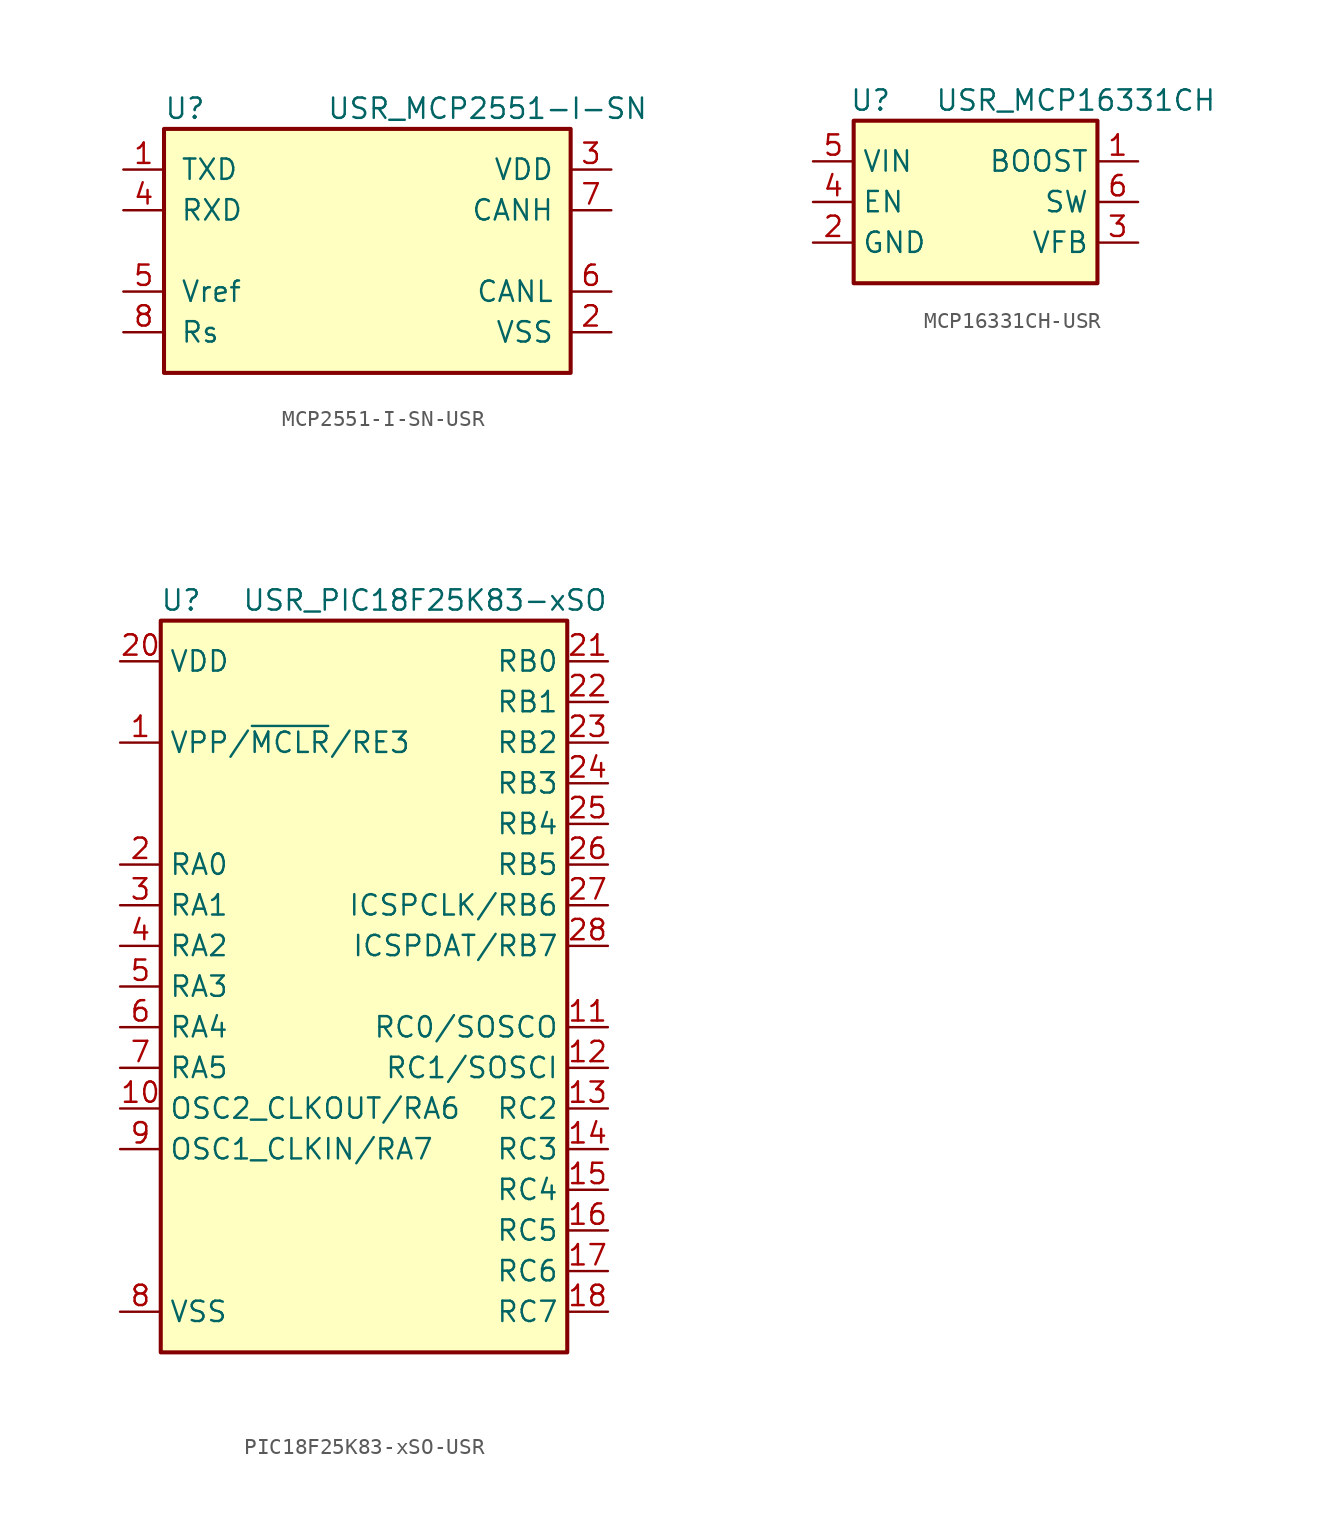
<source format=kicad_sym>
(kicad_symbol_lib
  (version 20220914)
  (generator kicad_symbol_editor)
  (symbol "MCP2551-I-SN-USR"
    (pin_names
      (offset 1.016))
    (property "Reference" "U"
      (at -10.16 8.89 0)
      (effects (font (size 1.27 1.27)) (justify left)))
    (property "Value" "USR_MCP2551-I-SN"
      (at 0 8.89 0)
      (effects (font (size 1.27 1.27)) (justify left)))
    (symbol "MCP2551-I-SN-USR_0_1"
      (rectangle (start -10.16 7.62) (end 15.24 -7.62) (stroke (width 0.254) (type solid)) (fill (type background))))
    (symbol "MCP2551-I-SN-USR_1_1"
      (pin input line (at -12.7 5.08 0) (length 2.54) (name "TXD" (effects (font (size 1.27 1.27)))) (number "1" (effects (font (size 1.27 1.27)))))
      (pin power_in line (at 17.78 -5.08 180) (length 2.54) (name "VSS" (effects (font (size 1.27 1.27)))) (number "2" (effects (font (size 1.27 1.27)))))
      (pin power_in line (at 17.78 5.08 180) (length 2.54) (name "VDD" (effects (font (size 1.27 1.27)))) (number "3" (effects (font (size 1.27 1.27)))))
      (pin output line (at -12.7 2.54 0) (length 2.54) (name "RXD" (effects (font (size 1.27 1.27)))) (number "4" (effects (font (size 1.27 1.27)))))
      (pin power_out line (at -12.7 -2.54 0) (length 2.54) (name "Vref" (effects (font (size 1.27 1.27)))) (number "5" (effects (font (size 1.27 1.27)))))
      (pin bidirectional line (at 17.78 -2.54 180) (length 2.54) (name "CANL" (effects (font (size 1.27 1.27)))) (number "6" (effects (font (size 1.27 1.27)))))
      (pin bidirectional line (at 17.78 2.54 180) (length 2.54) (name "CANH" (effects (font (size 1.27 1.27)))) (number "7" (effects (font (size 1.27 1.27)))))
      (pin input line (at -12.7 -5.08 0) (length 2.54) (name "Rs" (effects (font (size 1.27 1.27)))) (number "8" (effects (font (size 1.27 1.27)))))))
  (symbol "MCP16331CH-USR"
    (property "Reference" "U"
      (at -7.874 6.35 0)
      (effects (font (size 1.27 1.27)) (justify left)))
    (property "Value" "USR_MCP16331CH"
      (at -2.54 6.35 0)
      (effects (font (size 1.27 1.27)) (justify left)))
    (symbol "MCP16331CH-USR_0_1"
      (rectangle (start -7.62 5.08) (end 7.62 -5.08) (stroke (width 0.254) (type solid)) (fill (type background))))
    (symbol "MCP16331CH-USR_1_1"
      (pin input line (at 10.16 2.54 180) (length 2.54) (name "BOOST" (effects (font (size 1.27 1.27)))) (number "1" (effects (font (size 1.27 1.27)))))
      (pin power_in line (at -10.16 -2.54 0) (length 2.54) (name "GND" (effects (font (size 1.27 1.27)))) (number "2" (effects (font (size 1.27 1.27)))))
      (pin input line (at 10.16 -2.54 180) (length 2.54) (name "VFB" (effects (font (size 1.27 1.27)))) (number "3" (effects (font (size 1.27 1.27)))))
      (pin input line (at -10.16 0 0) (length 2.54) (name "EN" (effects (font (size 1.27 1.27)))) (number "4" (effects (font (size 1.27 1.27)))))
      (pin power_in line (at -10.16 2.54 0) (length 2.54) (name "VIN" (effects (font (size 1.27 1.27)))) (number "5" (effects (font (size 1.27 1.27)))))
      (pin output line (at 10.16 0 180) (length 2.54) (name "SW" (effects (font (size 1.27 1.27)))) (number "6" (effects (font (size 1.27 1.27)))))))
  (symbol "PIC18F25K83-xSO-USR"
    (property "Reference" "U"
      (at -11.43 26.67 0)
      (effects (font (size 1.27 1.27))))
    (property "Value" "USR_PIC18F25K83-xSO"
      (at 3.81 26.67 0)
      (effects (font (size 1.27 1.27))))
    (symbol "PIC18F25K83-xSO-USR_0_1"
      (rectangle (start -12.7 -20.32) (end 12.7 25.4) (stroke (width 0.254) (type solid)) (fill (type background))))
    (symbol "PIC18F25K83-xSO-USR_1_1"
      (pin input line (at -15.24 17.78 0) (length 2.54) (name "VPP/~{MCLR}/RE3" (effects (font (size 1.27 1.27)))) (number "1" (effects (font (size 1.27 1.27)))))
      (pin bidirectional line (at -15.24 -5.08 0) (length 2.54) (name "OSC2_CLKOUT/RA6" (effects (font (size 1.27 1.27)))) (number "10" (effects (font (size 1.27 1.27)))))
      (pin bidirectional line (at 15.24 0 180) (length 2.54) (name "RC0/SOSCO" (effects (font (size 1.27 1.27)))) (number "11" (effects (font (size 1.27 1.27)))))
      (pin bidirectional line (at 15.24 -2.54 180) (length 2.54) (name "RC1/SOSCI" (effects (font (size 1.27 1.27)))) (number "12" (effects (font (size 1.27 1.27)))))
      (pin bidirectional line (at 15.24 -5.08 180) (length 2.54) (name "RC2" (effects (font (size 1.27 1.27)))) (number "13" (effects (font (size 1.27 1.27)))))
      (pin bidirectional line (at 15.24 -7.62 180) (length 2.54) (name "RC3" (effects (font (size 1.27 1.27)))) (number "14" (effects (font (size 1.27 1.27)))))
      (pin bidirectional line (at 15.24 -10.16 180) (length 2.54) (name "RC4" (effects (font (size 1.27 1.27)))) (number "15" (effects (font (size 1.27 1.27)))))
      (pin bidirectional line (at 15.24 -12.7 180) (length 2.54) (name "RC5" (effects (font (size 1.27 1.27)))) (number "16" (effects (font (size 1.27 1.27)))))
      (pin bidirectional line (at 15.24 -15.24 180) (length 2.54) (name "RC6" (effects (font (size 1.27 1.27)))) (number "17" (effects (font (size 1.27 1.27)))))
      (pin bidirectional line (at 15.24 -17.78 180) (length 2.54) (name "RC7" (effects (font (size 1.27 1.27)))) (number "18" (effects (font (size 1.27 1.27)))))
      (pin passive line (at -15.24 -17.78 0) (length 2.54) hide (name "VSS" (effects (font (size 1.27 1.27)))) (number "19" (effects (font (size 1.27 1.27)))))
      (pin bidirectional line (at -15.24 10.16 0) (length 2.54) (name "RA0" (effects (font (size 1.27 1.27)))) (number "2" (effects (font (size 1.27 1.27)))))
      (pin power_in line (at -15.24 22.86 0) (length 2.54) (name "VDD" (effects (font (size 1.27 1.27)))) (number "20" (effects (font (size 1.27 1.27)))))
      (pin bidirectional line (at 15.24 22.86 180) (length 2.54) (name "RB0" (effects (font (size 1.27 1.27)))) (number "21" (effects (font (size 1.27 1.27)))))
      (pin bidirectional line (at 15.24 20.32 180) (length 2.54) (name "RB1" (effects (font (size 1.27 1.27)))) (number "22" (effects (font (size 1.27 1.27)))))
      (pin bidirectional line (at 15.24 17.78 180) (length 2.54) (name "RB2" (effects (font (size 1.27 1.27)))) (number "23" (effects (font (size 1.27 1.27)))))
      (pin bidirectional line (at 15.24 15.24 180) (length 2.54) (name "RB3" (effects (font (size 1.27 1.27)))) (number "24" (effects (font (size 1.27 1.27)))))
      (pin bidirectional line (at 15.24 12.7 180) (length 2.54) (name "RB4" (effects (font (size 1.27 1.27)))) (number "25" (effects (font (size 1.27 1.27)))))
      (pin bidirectional line (at 15.24 10.16 180) (length 2.54) (name "RB5" (effects (font (size 1.27 1.27)))) (number "26" (effects (font (size 1.27 1.27)))))
      (pin bidirectional line (at 15.24 7.62 180) (length 2.54) (name "ICSPCLK/RB6" (effects (font (size 1.27 1.27)))) (number "27" (effects (font (size 1.27 1.27)))))
      (pin bidirectional line (at 15.24 5.08 180) (length 2.54) (name "ICSPDAT/RB7" (effects (font (size 1.27 1.27)))) (number "28" (effects (font (size 1.27 1.27)))))
      (pin bidirectional line (at -15.24 7.62 0) (length 2.54) (name "RA1" (effects (font (size 1.27 1.27)))) (number "3" (effects (font (size 1.27 1.27)))))
      (pin bidirectional line (at -15.24 5.08 0) (length 2.54) (name "RA2" (effects (font (size 1.27 1.27)))) (number "4" (effects (font (size 1.27 1.27)))))
      (pin bidirectional line (at -15.24 2.54 0) (length 2.54) (name "RA3" (effects (font (size 1.27 1.27)))) (number "5" (effects (font (size 1.27 1.27)))))
      (pin bidirectional line (at -15.24 0 0) (length 2.54) (name "RA4" (effects (font (size 1.27 1.27)))) (number "6" (effects (font (size 1.27 1.27)))))
      (pin bidirectional line (at -15.24 -2.54 0) (length 2.54) (name "RA5" (effects (font (size 1.27 1.27)))) (number "7" (effects (font (size 1.27 1.27)))))
      (pin power_in line (at -15.24 -17.78 0) (length 2.54) (name "VSS" (effects (font (size 1.27 1.27)))) (number "8" (effects (font (size 1.27 1.27)))))
      (pin bidirectional line (at -15.24 -7.62 0) (length 2.54) (name "OSC1_CLKIN/RA7" (effects (font (size 1.27 1.27)))) (number "9" (effects (font (size 1.27 1.27))))))))
</source>
